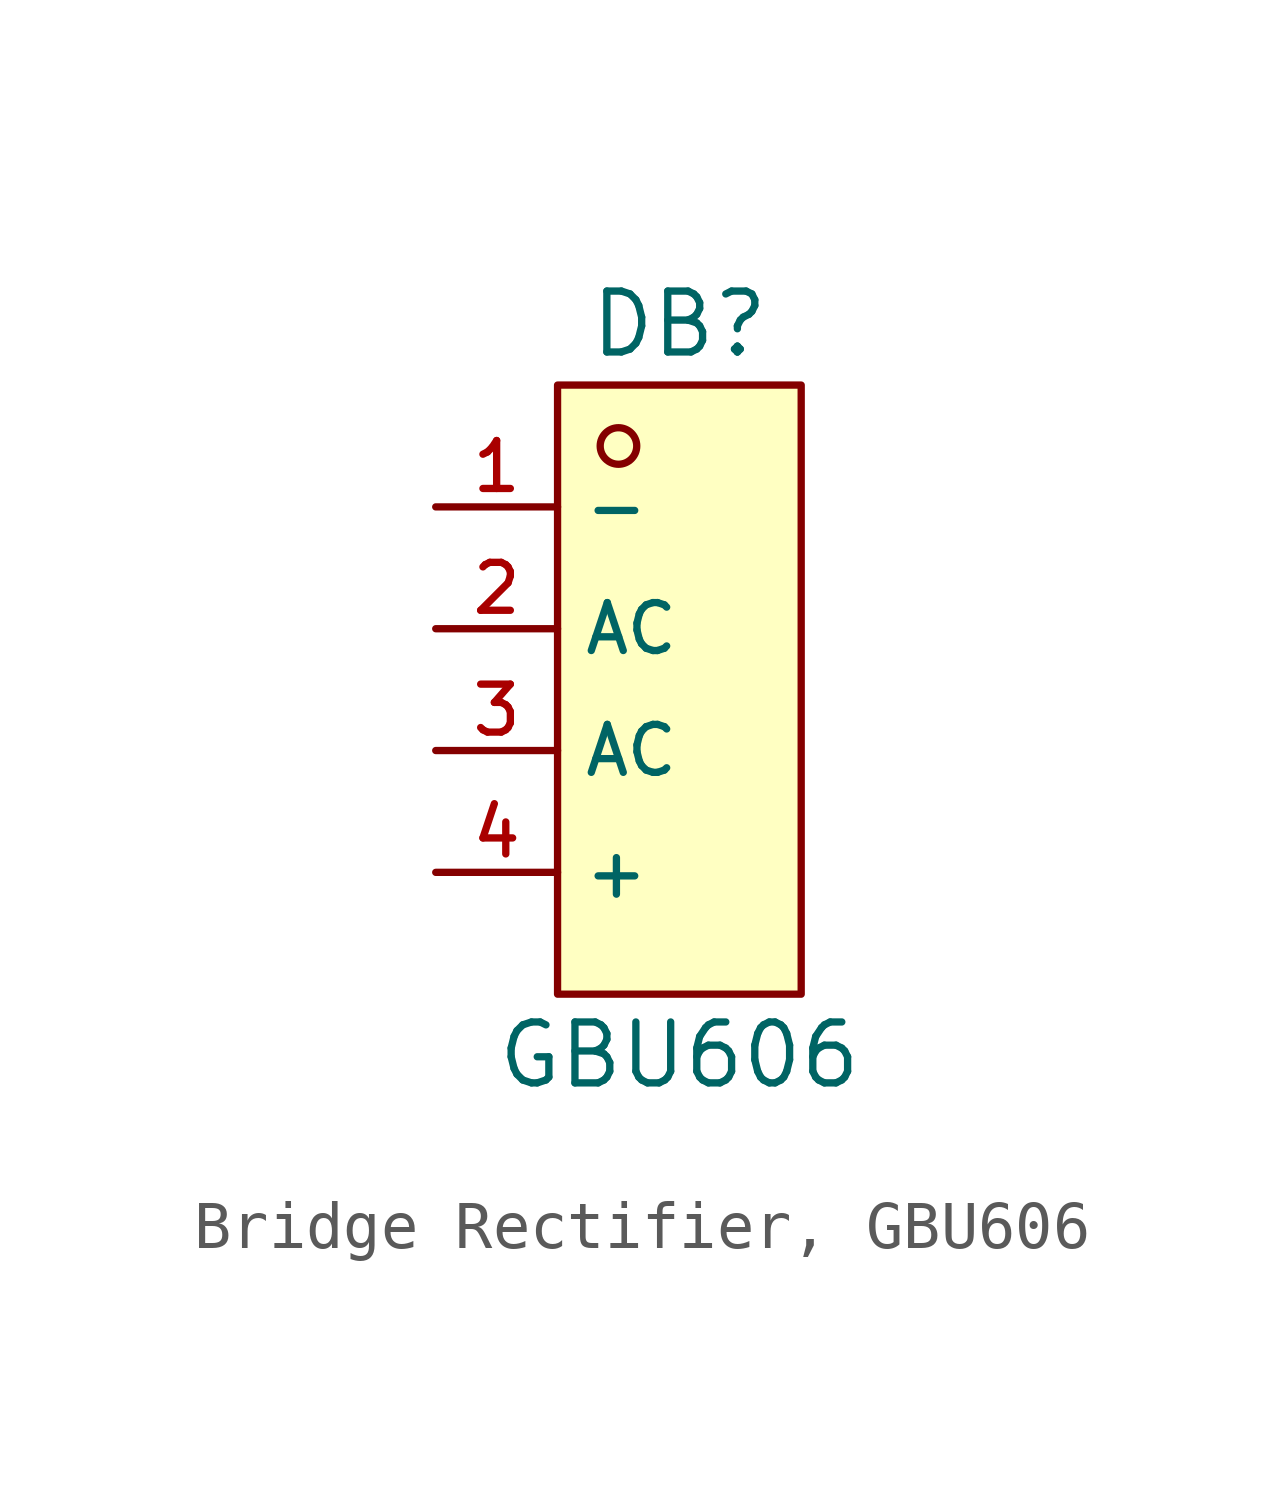
<source format=kicad_sym>
(kicad_symbol_lib
  (version 20231120)
  (generator "CDFER_Archive_Tool")
  (generator_version "0.0")
  (symbol "Bridge Rectifier, GBU606"
    (property "Reference" "DB"
      (at 2.54 8.89 0)
      (effects (font (size 1.27 1.27))))
    (property "Value" "GBU606"
      (at 2.54 -6.35 0)
      (effects (font (size 1.27 1.27))))
    (symbol "Bridge Rectifier, GBU606_0_1"
      (rectangle (start 0 7.62) (end 5.08 -5.08) (stroke (width 0) (type default)) (fill (type background)))
      (circle (center 1.27 6.35) (radius 0.381) (stroke (width 0) (type default)) (fill (type background)))
      (pin unspecified line (at -2.54 5.08 0) (length 2.54) (name "-" (effects (font (size 1 1)))) (number "1" (effects (font (size 1 1)))))
      (pin unspecified line (at -2.54 2.54 0) (length 2.54) (name "AC" (effects (font (size 1 1)))) (number "2" (effects (font (size 1 1)))))
      (pin unspecified line (at -2.54 0 0) (length 2.54) (name "AC" (effects (font (size 1 1)))) (number "3" (effects (font (size 1 1)))))
      (pin unspecified line (at -2.54 -2.54 0) (length 2.54) (name "+" (effects (font (size 1 1)))) (number "4" (effects (font (size 1 1))))))))
</source>
